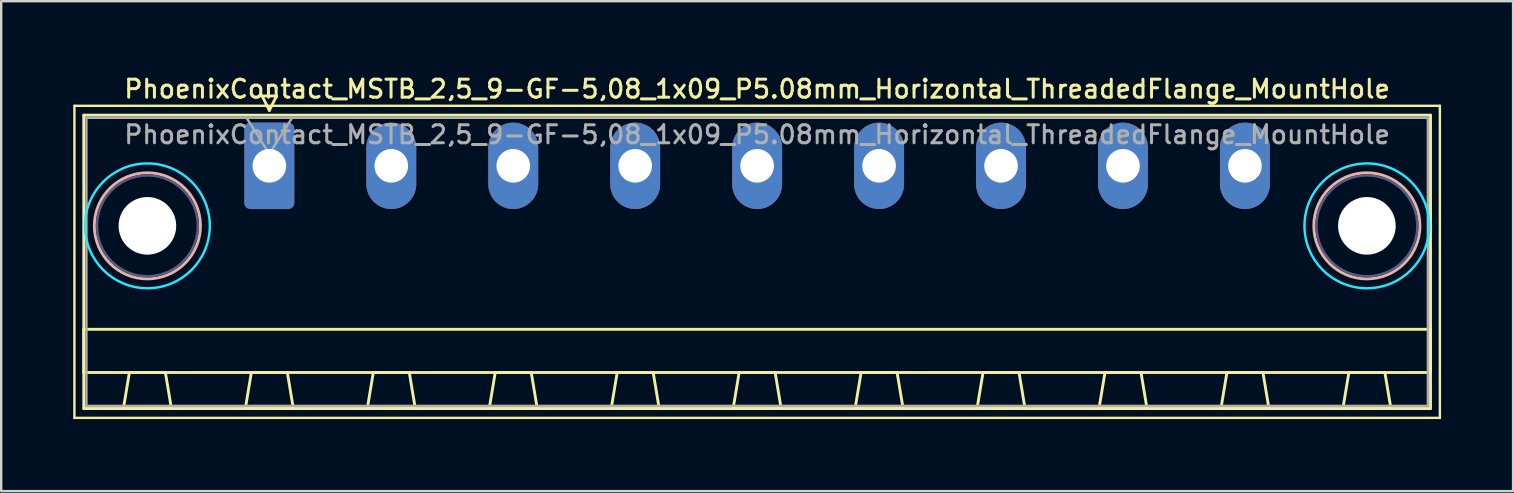
<source format=kicad_pcb>
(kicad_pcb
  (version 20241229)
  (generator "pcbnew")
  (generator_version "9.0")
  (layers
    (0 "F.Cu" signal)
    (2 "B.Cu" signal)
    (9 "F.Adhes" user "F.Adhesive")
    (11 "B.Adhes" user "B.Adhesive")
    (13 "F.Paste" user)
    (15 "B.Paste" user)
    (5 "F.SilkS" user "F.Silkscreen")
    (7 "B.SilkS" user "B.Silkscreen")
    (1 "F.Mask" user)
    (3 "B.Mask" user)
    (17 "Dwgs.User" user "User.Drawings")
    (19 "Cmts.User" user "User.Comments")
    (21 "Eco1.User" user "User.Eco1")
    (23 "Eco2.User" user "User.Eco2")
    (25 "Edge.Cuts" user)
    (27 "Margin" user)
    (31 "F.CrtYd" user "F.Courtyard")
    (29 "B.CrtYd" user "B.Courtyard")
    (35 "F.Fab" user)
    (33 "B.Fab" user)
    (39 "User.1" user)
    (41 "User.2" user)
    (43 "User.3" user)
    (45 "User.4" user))
  (footprint "PhoenixContact_MSTB_2,5_9-GF-5,08_1x09_P5.08mm_Horizontal_ThreadedFlange_MountHole"
    (layer "F.Cu")
    (at 8.17 3.858)
    (property "Reference" "PhoenixContact_MSTB_2,5_9-GF-5,08_1x09_P5.08mm_Horizontal_ThreadedFlange_MountHole" (at 20.32 -3.2 0) (layer "F.SilkS") (effects (font (size 0.75 0.75) (thickness 0.125))))
    (attr through_hole)
    (fp_line (start -8.12 -2.5) (end -8.12 10.5) (stroke (width 0.1) (type solid)) (layer "F.SilkS"))
    (fp_line (start -8.12 10.5) (end 48.76 10.5) (stroke (width 0.1) (type solid)) (layer "F.SilkS"))
    (fp_line (start -7.73 -2.11) (end -7.73 10.11) (stroke (width 0.12) (type solid)) (layer "F.SilkS"))
    (fp_line (start -7.73 6.81) (end 48.37 6.81) (stroke (width 0.12) (type solid)) (layer "F.SilkS"))
    (fp_line (start -7.73 8.61) (end -7.73 6.81) (stroke (width 0.12) (type solid)) (layer "F.SilkS"))
    (fp_line (start -7.73 10.11) (end 48.37 10.11) (stroke (width 0.12) (type solid)) (layer "F.SilkS"))
    (fp_line (start -6.08 10.11) (end -4.08 10.11) (stroke (width 0.12) (type solid)) (layer "F.SilkS"))
    (fp_line (start -5.83 8.61) (end -6.08 10.11) (stroke (width 0.12) (type solid)) (layer "F.SilkS"))
    (fp_line (start -4.33 8.61) (end -5.83 8.61) (stroke (width 0.12) (type solid)) (layer "F.SilkS"))
    (fp_line (start -4.08 10.11) (end -4.33 8.61) (stroke (width 0.12) (type solid)) (layer "F.SilkS"))
    (fp_line (start -1 10.11) (end 1 10.11) (stroke (width 0.12) (type solid)) (layer "F.SilkS"))
    (fp_line (start -0.75 8.61) (end -1 10.11) (stroke (width 0.12) (type solid)) (layer "F.SilkS"))
    (fp_line (start -0.3 -2.91) (end 0.3 -2.91) (stroke (width 0.12) (type solid)) (layer "F.SilkS"))
    (fp_line (start 0 -2.31) (end -0.3 -2.91) (stroke (width 0.12) (type solid)) (layer "F.SilkS"))
    (fp_line (start 0.3 -2.91) (end 0 -2.31) (stroke (width 0.12) (type solid)) (layer "F.SilkS"))
    (fp_line (start 0.75 8.61) (end -0.75 8.61) (stroke (width 0.12) (type solid)) (layer "F.SilkS"))
    (fp_line (start 1 10.11) (end 0.75 8.61) (stroke (width 0.12) (type solid)) (layer "F.SilkS"))
    (fp_line (start 4.08 10.11) (end 6.08 10.11) (stroke (width 0.12) (type solid)) (layer "F.SilkS"))
    (fp_line (start 4.33 8.61) (end 4.08 10.11) (stroke (width 0.12) (type solid)) (layer "F.SilkS"))
    (fp_line (start 5.83 8.61) (end 4.33 8.61) (stroke (width 0.12) (type solid)) (layer "F.SilkS"))
    (fp_line (start 6.08 10.11) (end 5.83 8.61) (stroke (width 0.12) (type solid)) (layer "F.SilkS"))
    (fp_line (start 9.16 10.11) (end 11.16 10.11) (stroke (width 0.12) (type solid)) (layer "F.SilkS"))
    (fp_line (start 9.41 8.61) (end 9.16 10.11) (stroke (width 0.12) (type solid)) (layer "F.SilkS"))
    (fp_line (start 10.91 8.61) (end 9.41 8.61) (stroke (width 0.12) (type solid)) (layer "F.SilkS"))
    (fp_line (start 11.16 10.11) (end 10.91 8.61) (stroke (width 0.12) (type solid)) (layer "F.SilkS"))
    (fp_line (start 14.24 10.11) (end 16.24 10.11) (stroke (width 0.12) (type solid)) (layer "F.SilkS"))
    (fp_line (start 14.49 8.61) (end 14.24 10.11) (stroke (width 0.12) (type solid)) (layer "F.SilkS"))
    (fp_line (start 15.99 8.61) (end 14.49 8.61) (stroke (width 0.12) (type solid)) (layer "F.SilkS"))
    (fp_line (start 16.24 10.11) (end 15.99 8.61) (stroke (width 0.12) (type solid)) (layer "F.SilkS"))
    (fp_line (start 19.32 10.11) (end 21.32 10.11) (stroke (width 0.12) (type solid)) (layer "F.SilkS"))
    (fp_line (start 19.57 8.61) (end 19.32 10.11) (stroke (width 0.12) (type solid)) (layer "F.SilkS"))
    (fp_line (start 21.07 8.61) (end 19.57 8.61) (stroke (width 0.12) (type solid)) (layer "F.SilkS"))
    (fp_line (start 21.32 10.11) (end 21.07 8.61) (stroke (width 0.12) (type solid)) (layer "F.SilkS"))
    (fp_line (start 24.4 10.11) (end 26.4 10.11) (stroke (width 0.12) (type solid)) (layer "F.SilkS"))
    (fp_line (start 24.65 8.61) (end 24.4 10.11) (stroke (width 0.12) (type solid)) (layer "F.SilkS"))
    (fp_line (start 26.15 8.61) (end 24.65 8.61) (stroke (width 0.12) (type solid)) (layer "F.SilkS"))
    (fp_line (start 26.4 10.11) (end 26.15 8.61) (stroke (width 0.12) (type solid)) (layer "F.SilkS"))
    (fp_line (start 29.48 10.11) (end 31.48 10.11) (stroke (width 0.12) (type solid)) (layer "F.SilkS"))
    (fp_line (start 29.73 8.61) (end 29.48 10.11) (stroke (width 0.12) (type solid)) (layer "F.SilkS"))
    (fp_line (start 31.23 8.61) (end 29.73 8.61) (stroke (width 0.12) (type solid)) (layer "F.SilkS"))
    (fp_line (start 31.48 10.11) (end 31.23 8.61) (stroke (width 0.12) (type solid)) (layer "F.SilkS"))
    (fp_line (start 34.56 10.11) (end 36.56 10.11) (stroke (width 0.12) (type solid)) (layer "F.SilkS"))
    (fp_line (start 34.81 8.61) (end 34.56 10.11) (stroke (width 0.12) (type solid)) (layer "F.SilkS"))
    (fp_line (start 36.31 8.61) (end 34.81 8.61) (stroke (width 0.12) (type solid)) (layer "F.SilkS"))
    (fp_line (start 36.56 10.11) (end 36.31 8.61) (stroke (width 0.12) (type solid)) (layer "F.SilkS"))
    (fp_line (start 39.64 10.11) (end 41.64 10.11) (stroke (width 0.12) (type solid)) (layer "F.SilkS"))
    (fp_line (start 39.89 8.61) (end 39.64 10.11) (stroke (width 0.12) (type solid)) (layer "F.SilkS"))
    (fp_line (start 41.39 8.61) (end 39.89 8.61) (stroke (width 0.12) (type solid)) (layer "F.SilkS"))
    (fp_line (start 41.64 10.11) (end 41.39 8.61) (stroke (width 0.12) (type solid)) (layer "F.SilkS"))
    (fp_line (start 44.72 10.11) (end 46.72 10.11) (stroke (width 0.12) (type solid)) (layer "F.SilkS"))
    (fp_line (start 44.97 8.61) (end 44.72 10.11) (stroke (width 0.12) (type solid)) (layer "F.SilkS"))
    (fp_line (start 46.47 8.61) (end 44.97 8.61) (stroke (width 0.12) (type solid)) (layer "F.SilkS"))
    (fp_line (start 46.72 10.11) (end 46.47 8.61) (stroke (width 0.12) (type solid)) (layer "F.SilkS"))
    (fp_line (start 48.37 -2.11) (end -7.73 -2.11) (stroke (width 0.12) (type solid)) (layer "F.SilkS"))
    (fp_line (start 48.37 6.81) (end 48.37 8.61) (stroke (width 0.12) (type solid)) (layer "F.SilkS"))
    (fp_line (start 48.37 8.61) (end -7.73 8.61) (stroke (width 0.12) (type solid)) (layer "F.SilkS"))
    (fp_line (start 48.37 10.11) (end 48.37 -2.11) (stroke (width 0.12) (type solid)) (layer "F.SilkS"))
    (fp_line (start 48.76 -2.5) (end -8.12 -2.5) (stroke (width 0.1) (type solid)) (layer "F.SilkS"))
    (fp_line (start 48.76 10.5) (end 48.76 -2.5) (stroke (width 0.1) (type solid)) (layer "F.SilkS"))
    (fp_circle (center -5.08 2.5) (end -2.87 2.5) (stroke (width 0.12) (type solid)) (fill no) (layer "B.SilkS"))
    (fp_circle (center 45.72 2.5) (end 47.93 2.5) (stroke (width 0.12) (type solid)) (fill no) (layer "B.SilkS"))
    (fp_circle (center -5.08 2.5) (end -2.48 2.5) (stroke (width 0.1) (type solid)) (fill no) (layer "B.CrtYd"))
    (fp_circle (center 45.72 2.5) (end 48.32 2.5) (stroke (width 0.1) (type solid)) (fill no) (layer "B.CrtYd"))
    (fp_circle (center -5.08 2.5) (end -2.98 2.5) (stroke (width 0.1) (type solid)) (fill no) (layer "B.Fab"))
    (fp_circle (center 45.72 2.5) (end 47.82 2.5) (stroke (width 0.1) (type solid)) (fill no) (layer "B.Fab"))
    (fp_line (start -7.62 -2) (end -7.62 10) (stroke (width 0.1) (type solid)) (layer "F.Fab"))
    (fp_line (start -7.62 10) (end 48.26 10) (stroke (width 0.1) (type solid)) (layer "F.Fab"))
    (fp_line (start 0 -0.5) (end -0.95 -2) (stroke (width 0.1) (type solid)) (layer "F.Fab"))
    (fp_line (start 0.95 -2) (end 0 -0.5) (stroke (width 0.1) (type solid)) (layer "F.Fab"))
    (fp_line (start 48.26 -2) (end -7.62 -2) (stroke (width 0.1) (type solid)) (layer "F.Fab"))
    (fp_line (start 48.26 10) (end 48.26 -2) (stroke (width 0.1) (type solid)) (layer "F.Fab"))
    (fp_text user "${REFERENCE}" (at 20.32 -1.3 0) (layer "F.Fab") (effects (font (size 0.75 0.75) (thickness 0.125))))
    (pad "" np_thru_hole circle (at -5.08 2.5) (size 2.4 2.4) (drill 2.4) (layers "*.Cu" "*.Mask"))
    (pad "" np_thru_hole circle (at 45.72 2.5) (size 2.4 2.4) (drill 2.4) (layers "*.Cu" "*.Mask"))
    (pad "1" thru_hole roundrect (at 0 0) (size 2.08 3.6) (drill 1.4) (layers "*.Cu" "*.Mask") (roundrect_rratio 0.12))
    (pad "2" thru_hole oval (at 5.08 0) (size 2.08 3.6) (drill 1.4) (layers "*.Cu" "*.Mask"))
    (pad "3" thru_hole oval (at 10.16 0) (size 2.08 3.6) (drill 1.4) (layers "*.Cu" "*.Mask"))
    (pad "4" thru_hole oval (at 15.24 0) (size 2.08 3.6) (drill 1.4) (layers "*.Cu" "*.Mask"))
    (pad "5" thru_hole oval (at 20.32 0) (size 2.08 3.6) (drill 1.4) (layers "*.Cu" "*.Mask"))
    (pad "6" thru_hole oval (at 25.4 0) (size 2.08 3.6) (drill 1.4) (layers "*.Cu" "*.Mask"))
    (pad "7" thru_hole oval (at 30.48 0) (size 2.08 3.6) (drill 1.4) (layers "*.Cu" "*.Mask"))
    (pad "8" thru_hole oval (at 35.56 0) (size 2.08 3.6) (drill 1.4) (layers "*.Cu" "*.Mask"))
    (pad "9" thru_hole oval (at 40.64 0) (size 2.08 3.6) (drill 1.4) (layers "*.Cu" "*.Mask")))
  (gr_rect
    (start -3 -3)
    (end 59.98 17.408)
    (stroke (width 0.1) (type default))
    (fill no)
    (layer "Edge.Cuts")))
</source>
